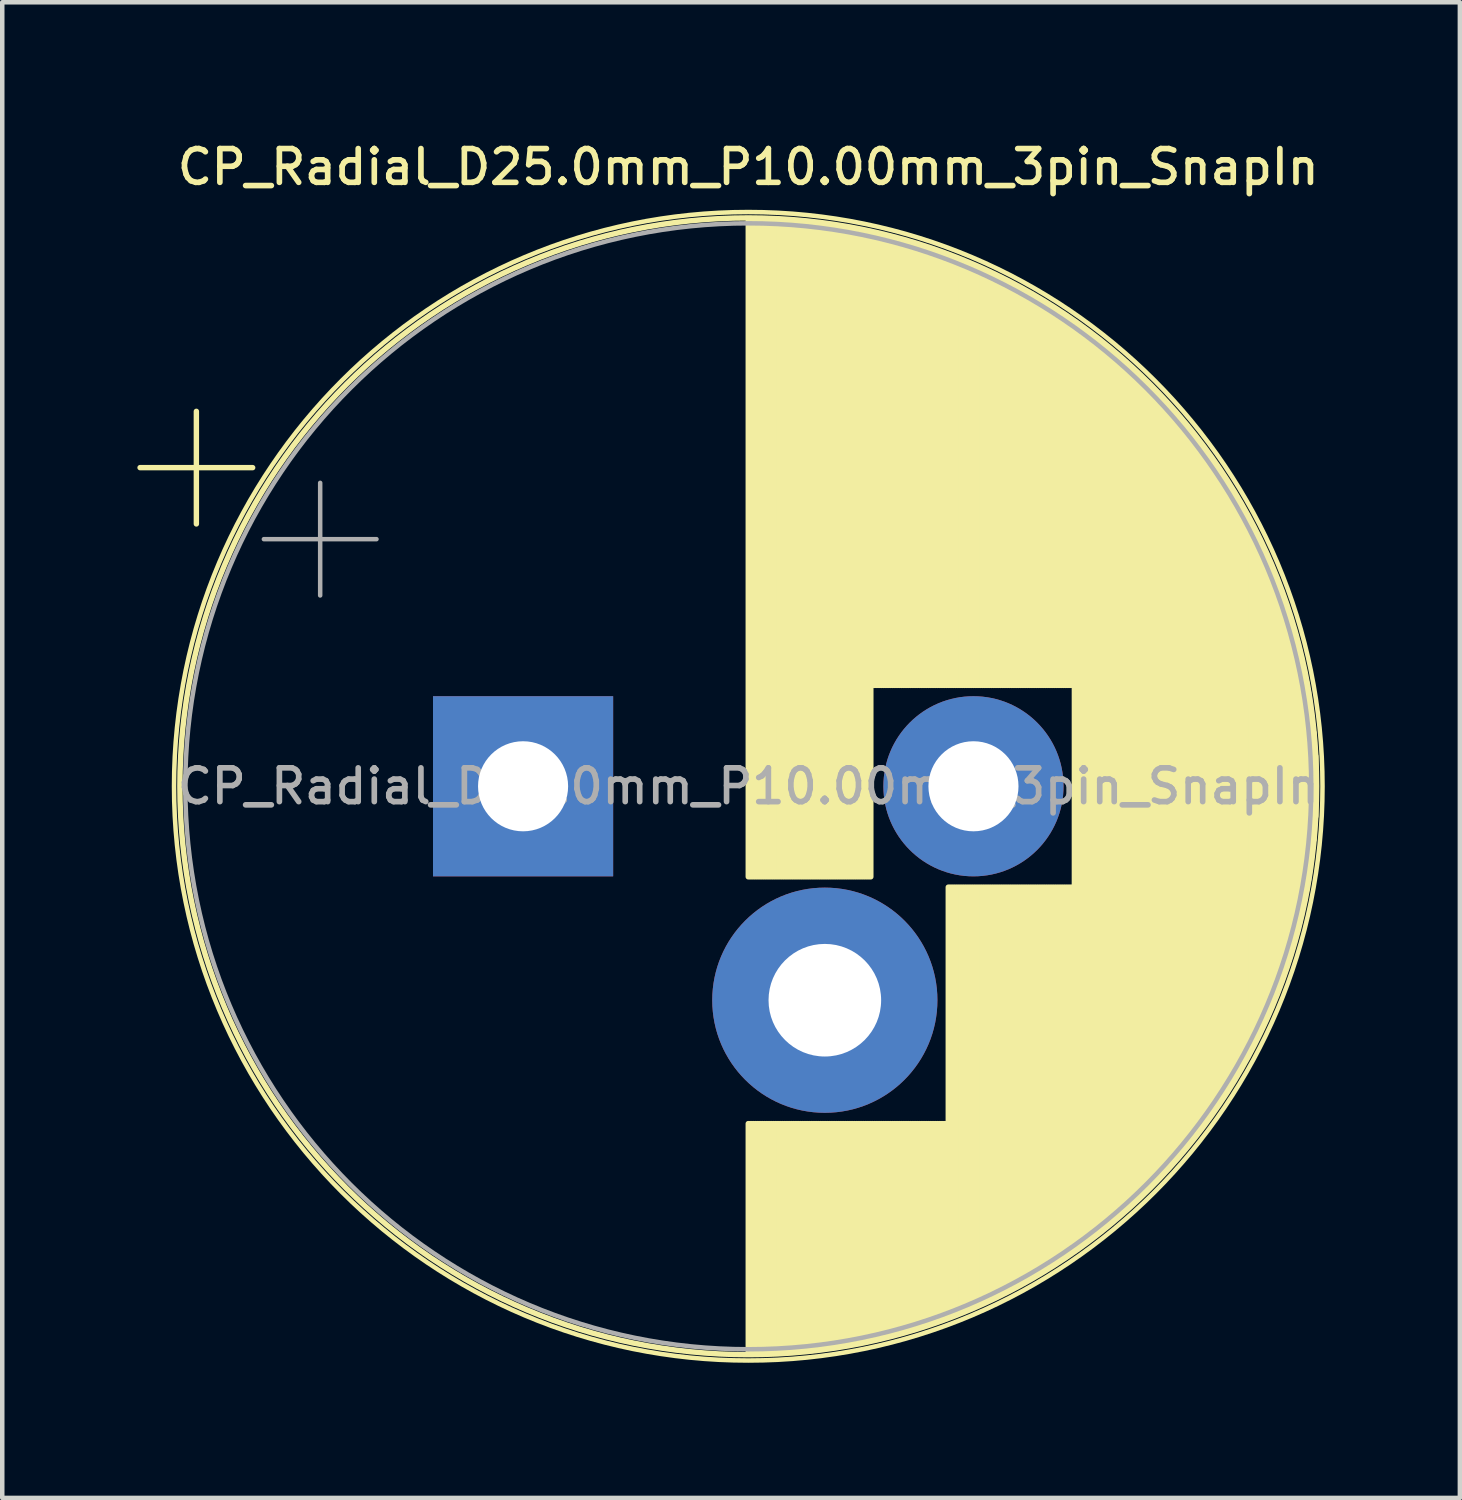
<source format=kicad_pcb>
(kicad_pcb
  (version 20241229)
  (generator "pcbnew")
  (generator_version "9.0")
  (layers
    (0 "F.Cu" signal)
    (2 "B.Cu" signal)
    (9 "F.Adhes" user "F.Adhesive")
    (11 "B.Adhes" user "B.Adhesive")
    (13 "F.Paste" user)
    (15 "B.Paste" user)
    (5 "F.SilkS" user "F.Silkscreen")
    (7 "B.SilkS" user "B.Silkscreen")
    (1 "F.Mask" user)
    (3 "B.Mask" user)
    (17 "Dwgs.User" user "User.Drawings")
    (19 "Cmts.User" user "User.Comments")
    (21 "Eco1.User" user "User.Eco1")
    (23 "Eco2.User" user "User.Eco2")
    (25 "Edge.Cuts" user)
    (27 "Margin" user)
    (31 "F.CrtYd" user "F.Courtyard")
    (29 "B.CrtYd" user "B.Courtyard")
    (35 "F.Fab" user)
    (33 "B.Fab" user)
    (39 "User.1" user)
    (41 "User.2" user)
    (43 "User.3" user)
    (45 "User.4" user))
  (footprint "CP_Radial_D25.0mm_P10.00mm_3pin_SnapIn"
    (layer "F.Cu")
    (at 8.564 14.408)
    (property "Reference" "CP_Radial_D25.0mm_P10.00mm_3pin_SnapIn" (at 5 -13.75 0) (layer "F.SilkS") (effects (font (size 0.75 0.75) (thickness 0.125))))
    (attr through_hole)
    (fp_line (start -8.504 -7.075) (end -6.004 -7.075) (stroke (width 0.12) (type solid)) (layer "F.SilkS"))
    (fp_line (start -7.254 -8.325) (end -7.254 -5.825) (stroke (width 0.12) (type solid)) (layer "F.SilkS"))
    (fp_line (start 5 -12.581) (end 5 2.01) (stroke (width 0.12) (type solid)) (layer "F.SilkS"))
    (fp_line (start 5 7.49) (end 5 12.581) (stroke (width 0.12) (type solid)) (layer "F.SilkS"))
    (fp_line (start 5.04 -12.58) (end 5.04 2.01) (stroke (width 0.12) (type solid)) (layer "F.SilkS"))
    (fp_line (start 5.04 7.49) (end 5.04 12.58) (stroke (width 0.12) (type solid)) (layer "F.SilkS"))
    (fp_line (start 5.08 -12.58) (end 5.08 2.01) (stroke (width 0.12) (type solid)) (layer "F.SilkS"))
    (fp_line (start 5.08 7.49) (end 5.08 12.58) (stroke (width 0.12) (type solid)) (layer "F.SilkS"))
    (fp_line (start 5.12 -12.58) (end 5.12 2.01) (stroke (width 0.12) (type solid)) (layer "F.SilkS"))
    (fp_line (start 5.12 7.49) (end 5.12 12.58) (stroke (width 0.12) (type solid)) (layer "F.SilkS"))
    (fp_line (start 5.16 -12.579) (end 5.16 2.01) (stroke (width 0.12) (type solid)) (layer "F.SilkS"))
    (fp_line (start 5.16 7.49) (end 5.16 12.579) (stroke (width 0.12) (type solid)) (layer "F.SilkS"))
    (fp_line (start 5.2 -12.579) (end 5.2 2.01) (stroke (width 0.12) (type solid)) (layer "F.SilkS"))
    (fp_line (start 5.2 7.49) (end 5.2 12.579) (stroke (width 0.12) (type solid)) (layer "F.SilkS"))
    (fp_line (start 5.24 -12.578) (end 5.24 2.01) (stroke (width 0.12) (type solid)) (layer "F.SilkS"))
    (fp_line (start 5.24 7.49) (end 5.24 12.578) (stroke (width 0.12) (type solid)) (layer "F.SilkS"))
    (fp_line (start 5.28 -12.577) (end 5.28 2.01) (stroke (width 0.12) (type solid)) (layer "F.SilkS"))
    (fp_line (start 5.28 7.49) (end 5.28 12.577) (stroke (width 0.12) (type solid)) (layer "F.SilkS"))
    (fp_line (start 5.32 -12.576) (end 5.32 2.01) (stroke (width 0.12) (type solid)) (layer "F.SilkS"))
    (fp_line (start 5.32 7.49) (end 5.32 12.576) (stroke (width 0.12) (type solid)) (layer "F.SilkS"))
    (fp_line (start 5.36 -12.575) (end 5.36 2.01) (stroke (width 0.12) (type solid)) (layer "F.SilkS"))
    (fp_line (start 5.36 7.49) (end 5.36 12.575) (stroke (width 0.12) (type solid)) (layer "F.SilkS"))
    (fp_line (start 5.4 -12.574) (end 5.4 2.01) (stroke (width 0.12) (type solid)) (layer "F.SilkS"))
    (fp_line (start 5.4 7.49) (end 5.4 12.574) (stroke (width 0.12) (type solid)) (layer "F.SilkS"))
    (fp_line (start 5.44 -12.573) (end 5.44 2.01) (stroke (width 0.12) (type solid)) (layer "F.SilkS"))
    (fp_line (start 5.44 7.49) (end 5.44 12.573) (stroke (width 0.12) (type solid)) (layer "F.SilkS"))
    (fp_line (start 5.48 -12.571) (end 5.48 2.01) (stroke (width 0.12) (type solid)) (layer "F.SilkS"))
    (fp_line (start 5.48 7.49) (end 5.48 12.571) (stroke (width 0.12) (type solid)) (layer "F.SilkS"))
    (fp_line (start 5.52 -12.57) (end 5.52 2.01) (stroke (width 0.12) (type solid)) (layer "F.SilkS"))
    (fp_line (start 5.52 7.49) (end 5.52 12.57) (stroke (width 0.12) (type solid)) (layer "F.SilkS"))
    (fp_line (start 5.56 -12.568) (end 5.56 2.01) (stroke (width 0.12) (type solid)) (layer "F.SilkS"))
    (fp_line (start 5.56 7.49) (end 5.56 12.568) (stroke (width 0.12) (type solid)) (layer "F.SilkS"))
    (fp_line (start 5.6 -12.566) (end 5.6 2.01) (stroke (width 0.12) (type solid)) (layer "F.SilkS"))
    (fp_line (start 5.6 7.49) (end 5.6 12.566) (stroke (width 0.12) (type solid)) (layer "F.SilkS"))
    (fp_line (start 5.64 -12.564) (end 5.64 2.01) (stroke (width 0.12) (type solid)) (layer "F.SilkS"))
    (fp_line (start 5.64 7.49) (end 5.64 12.564) (stroke (width 0.12) (type solid)) (layer "F.SilkS"))
    (fp_line (start 5.68 -12.562) (end 5.68 2.01) (stroke (width 0.12) (type solid)) (layer "F.SilkS"))
    (fp_line (start 5.68 7.49) (end 5.68 12.562) (stroke (width 0.12) (type solid)) (layer "F.SilkS"))
    (fp_line (start 5.721 -12.56) (end 5.721 2.01) (stroke (width 0.12) (type solid)) (layer "F.SilkS"))
    (fp_line (start 5.721 7.49) (end 5.721 12.56) (stroke (width 0.12) (type solid)) (layer "F.SilkS"))
    (fp_line (start 5.761 -12.558) (end 5.761 2.01) (stroke (width 0.12) (type solid)) (layer "F.SilkS"))
    (fp_line (start 5.761 7.49) (end 5.761 12.558) (stroke (width 0.12) (type solid)) (layer "F.SilkS"))
    (fp_line (start 5.801 -12.555) (end 5.801 2.01) (stroke (width 0.12) (type solid)) (layer "F.SilkS"))
    (fp_line (start 5.801 7.49) (end 5.801 12.555) (stroke (width 0.12) (type solid)) (layer "F.SilkS"))
    (fp_line (start 5.841 -12.553) (end 5.841 2.01) (stroke (width 0.12) (type solid)) (layer "F.SilkS"))
    (fp_line (start 5.841 7.49) (end 5.841 12.553) (stroke (width 0.12) (type solid)) (layer "F.SilkS"))
    (fp_line (start 5.881 -12.55) (end 5.881 2.01) (stroke (width 0.12) (type solid)) (layer "F.SilkS"))
    (fp_line (start 5.881 7.49) (end 5.881 12.55) (stroke (width 0.12) (type solid)) (layer "F.SilkS"))
    (fp_line (start 5.921 -12.547) (end 5.921 2.01) (stroke (width 0.12) (type solid)) (layer "F.SilkS"))
    (fp_line (start 5.921 7.49) (end 5.921 12.547) (stroke (width 0.12) (type solid)) (layer "F.SilkS"))
    (fp_line (start 5.961 -12.544) (end 5.961 2.01) (stroke (width 0.12) (type solid)) (layer "F.SilkS"))
    (fp_line (start 5.961 7.49) (end 5.961 12.544) (stroke (width 0.12) (type solid)) (layer "F.SilkS"))
    (fp_line (start 6.001 -12.541) (end 6.001 2.01) (stroke (width 0.12) (type solid)) (layer "F.SilkS"))
    (fp_line (start 6.001 7.49) (end 6.001 12.541) (stroke (width 0.12) (type solid)) (layer "F.SilkS"))
    (fp_line (start 6.041 -12.538) (end 6.041 2.01) (stroke (width 0.12) (type solid)) (layer "F.SilkS"))
    (fp_line (start 6.041 7.49) (end 6.041 12.538) (stroke (width 0.12) (type solid)) (layer "F.SilkS"))
    (fp_line (start 6.081 -12.534) (end 6.081 2.01) (stroke (width 0.12) (type solid)) (layer "F.SilkS"))
    (fp_line (start 6.081 7.49) (end 6.081 12.534) (stroke (width 0.12) (type solid)) (layer "F.SilkS"))
    (fp_line (start 6.121 -12.531) (end 6.121 2.01) (stroke (width 0.12) (type solid)) (layer "F.SilkS"))
    (fp_line (start 6.121 7.49) (end 6.121 12.531) (stroke (width 0.12) (type solid)) (layer "F.SilkS"))
    (fp_line (start 6.161 -12.527) (end 6.161 2.01) (stroke (width 0.12) (type solid)) (layer "F.SilkS"))
    (fp_line (start 6.161 7.49) (end 6.161 12.527) (stroke (width 0.12) (type solid)) (layer "F.SilkS"))
    (fp_line (start 6.201 -12.523) (end 6.201 2.01) (stroke (width 0.12) (type solid)) (layer "F.SilkS"))
    (fp_line (start 6.201 7.49) (end 6.201 12.523) (stroke (width 0.12) (type solid)) (layer "F.SilkS"))
    (fp_line (start 6.241 -12.519) (end 6.241 2.01) (stroke (width 0.12) (type solid)) (layer "F.SilkS"))
    (fp_line (start 6.241 7.49) (end 6.241 12.519) (stroke (width 0.12) (type solid)) (layer "F.SilkS"))
    (fp_line (start 6.281 -12.515) (end 6.281 2.01) (stroke (width 0.12) (type solid)) (layer "F.SilkS"))
    (fp_line (start 6.281 7.49) (end 6.281 12.515) (stroke (width 0.12) (type solid)) (layer "F.SilkS"))
    (fp_line (start 6.321 -12.511) (end 6.321 2.01) (stroke (width 0.12) (type solid)) (layer "F.SilkS"))
    (fp_line (start 6.321 7.49) (end 6.321 12.511) (stroke (width 0.12) (type solid)) (layer "F.SilkS"))
    (fp_line (start 6.361 -12.507) (end 6.361 2.01) (stroke (width 0.12) (type solid)) (layer "F.SilkS"))
    (fp_line (start 6.361 7.49) (end 6.361 12.507) (stroke (width 0.12) (type solid)) (layer "F.SilkS"))
    (fp_line (start 6.401 -12.503) (end 6.401 2.01) (stroke (width 0.12) (type solid)) (layer "F.SilkS"))
    (fp_line (start 6.401 7.49) (end 6.401 12.503) (stroke (width 0.12) (type solid)) (layer "F.SilkS"))
    (fp_line (start 6.441 -12.498) (end 6.441 2.01) (stroke (width 0.12) (type solid)) (layer "F.SilkS"))
    (fp_line (start 6.441 7.49) (end 6.441 12.498) (stroke (width 0.12) (type solid)) (layer "F.SilkS"))
    (fp_line (start 6.481 -12.493) (end 6.481 2.01) (stroke (width 0.12) (type solid)) (layer "F.SilkS"))
    (fp_line (start 6.481 7.49) (end 6.481 12.493) (stroke (width 0.12) (type solid)) (layer "F.SilkS"))
    (fp_line (start 6.521 -12.489) (end 6.521 2.01) (stroke (width 0.12) (type solid)) (layer "F.SilkS"))
    (fp_line (start 6.521 7.49) (end 6.521 12.489) (stroke (width 0.12) (type solid)) (layer "F.SilkS"))
    (fp_line (start 6.561 -12.484) (end 6.561 2.01) (stroke (width 0.12) (type solid)) (layer "F.SilkS"))
    (fp_line (start 6.561 7.49) (end 6.561 12.484) (stroke (width 0.12) (type solid)) (layer "F.SilkS"))
    (fp_line (start 6.601 -12.479) (end 6.601 2.01) (stroke (width 0.12) (type solid)) (layer "F.SilkS"))
    (fp_line (start 6.601 7.49) (end 6.601 12.479) (stroke (width 0.12) (type solid)) (layer "F.SilkS"))
    (fp_line (start 6.641 -12.473) (end 6.641 2.01) (stroke (width 0.12) (type solid)) (layer "F.SilkS"))
    (fp_line (start 6.641 7.49) (end 6.641 12.473) (stroke (width 0.12) (type solid)) (layer "F.SilkS"))
    (fp_line (start 6.681 -12.468) (end 6.681 2.01) (stroke (width 0.12) (type solid)) (layer "F.SilkS"))
    (fp_line (start 6.681 7.49) (end 6.681 12.468) (stroke (width 0.12) (type solid)) (layer "F.SilkS"))
    (fp_line (start 6.721 -12.463) (end 6.721 2.01) (stroke (width 0.12) (type solid)) (layer "F.SilkS"))
    (fp_line (start 6.721 7.49) (end 6.721 12.463) (stroke (width 0.12) (type solid)) (layer "F.SilkS"))
    (fp_line (start 6.761 -12.457) (end 6.761 2.01) (stroke (width 0.12) (type solid)) (layer "F.SilkS"))
    (fp_line (start 6.761 7.49) (end 6.761 12.457) (stroke (width 0.12) (type solid)) (layer "F.SilkS"))
    (fp_line (start 6.801 -12.451) (end 6.801 2.01) (stroke (width 0.12) (type solid)) (layer "F.SilkS"))
    (fp_line (start 6.801 7.49) (end 6.801 12.451) (stroke (width 0.12) (type solid)) (layer "F.SilkS"))
    (fp_line (start 6.841 -12.446) (end 6.841 2.01) (stroke (width 0.12) (type solid)) (layer "F.SilkS"))
    (fp_line (start 6.841 7.49) (end 6.841 12.446) (stroke (width 0.12) (type solid)) (layer "F.SilkS"))
    (fp_line (start 6.881 -12.44) (end 6.881 2.01) (stroke (width 0.12) (type solid)) (layer "F.SilkS"))
    (fp_line (start 6.881 7.49) (end 6.881 12.44) (stroke (width 0.12) (type solid)) (layer "F.SilkS"))
    (fp_line (start 6.921 -12.434) (end 6.921 2.01) (stroke (width 0.12) (type solid)) (layer "F.SilkS"))
    (fp_line (start 6.921 7.49) (end 6.921 12.434) (stroke (width 0.12) (type solid)) (layer "F.SilkS"))
    (fp_line (start 6.961 -12.427) (end 6.961 2.01) (stroke (width 0.12) (type solid)) (layer "F.SilkS"))
    (fp_line (start 6.961 7.49) (end 6.961 12.427) (stroke (width 0.12) (type solid)) (layer "F.SilkS"))
    (fp_line (start 7.001 -12.421) (end 7.001 2.01) (stroke (width 0.12) (type solid)) (layer "F.SilkS"))
    (fp_line (start 7.001 7.49) (end 7.001 12.421) (stroke (width 0.12) (type solid)) (layer "F.SilkS"))
    (fp_line (start 7.041 -12.415) (end 7.041 2.01) (stroke (width 0.12) (type solid)) (layer "F.SilkS"))
    (fp_line (start 7.041 7.49) (end 7.041 12.415) (stroke (width 0.12) (type solid)) (layer "F.SilkS"))
    (fp_line (start 7.081 -12.408) (end 7.081 2.01) (stroke (width 0.12) (type solid)) (layer "F.SilkS"))
    (fp_line (start 7.081 7.49) (end 7.081 12.408) (stroke (width 0.12) (type solid)) (layer "F.SilkS"))
    (fp_line (start 7.121 -12.401) (end 7.121 2.01) (stroke (width 0.12) (type solid)) (layer "F.SilkS"))
    (fp_line (start 7.121 7.49) (end 7.121 12.401) (stroke (width 0.12) (type solid)) (layer "F.SilkS"))
    (fp_line (start 7.161 -12.394) (end 7.161 2.01) (stroke (width 0.12) (type solid)) (layer "F.SilkS"))
    (fp_line (start 7.161 7.49) (end 7.161 12.394) (stroke (width 0.12) (type solid)) (layer "F.SilkS"))
    (fp_line (start 7.201 -12.387) (end 7.201 2.01) (stroke (width 0.12) (type solid)) (layer "F.SilkS"))
    (fp_line (start 7.201 7.49) (end 7.201 12.387) (stroke (width 0.12) (type solid)) (layer "F.SilkS"))
    (fp_line (start 7.241 -12.38) (end 7.241 2.01) (stroke (width 0.12) (type solid)) (layer "F.SilkS"))
    (fp_line (start 7.241 7.49) (end 7.241 12.38) (stroke (width 0.12) (type solid)) (layer "F.SilkS"))
    (fp_line (start 7.281 -12.373) (end 7.281 2.01) (stroke (width 0.12) (type solid)) (layer "F.SilkS"))
    (fp_line (start 7.281 7.49) (end 7.281 12.373) (stroke (width 0.12) (type solid)) (layer "F.SilkS"))
    (fp_line (start 7.321 -12.365) (end 7.321 2.01) (stroke (width 0.12) (type solid)) (layer "F.SilkS"))
    (fp_line (start 7.321 7.49) (end 7.321 12.365) (stroke (width 0.12) (type solid)) (layer "F.SilkS"))
    (fp_line (start 7.361 -12.358) (end 7.361 2.01) (stroke (width 0.12) (type solid)) (layer "F.SilkS"))
    (fp_line (start 7.361 7.49) (end 7.361 12.358) (stroke (width 0.12) (type solid)) (layer "F.SilkS"))
    (fp_line (start 7.401 -12.35) (end 7.401 2.01) (stroke (width 0.12) (type solid)) (layer "F.SilkS"))
    (fp_line (start 7.401 7.49) (end 7.401 12.35) (stroke (width 0.12) (type solid)) (layer "F.SilkS"))
    (fp_line (start 7.441 -12.342) (end 7.441 2.01) (stroke (width 0.12) (type solid)) (layer "F.SilkS"))
    (fp_line (start 7.441 7.49) (end 7.441 12.342) (stroke (width 0.12) (type solid)) (layer "F.SilkS"))
    (fp_line (start 7.481 -12.334) (end 7.481 2.01) (stroke (width 0.12) (type solid)) (layer "F.SilkS"))
    (fp_line (start 7.481 7.49) (end 7.481 12.334) (stroke (width 0.12) (type solid)) (layer "F.SilkS"))
    (fp_line (start 7.521 -12.326) (end 7.521 2.01) (stroke (width 0.12) (type solid)) (layer "F.SilkS"))
    (fp_line (start 7.521 7.49) (end 7.521 12.326) (stroke (width 0.12) (type solid)) (layer "F.SilkS"))
    (fp_line (start 7.561 -12.318) (end 7.561 2.01) (stroke (width 0.12) (type solid)) (layer "F.SilkS"))
    (fp_line (start 7.561 7.49) (end 7.561 12.318) (stroke (width 0.12) (type solid)) (layer "F.SilkS"))
    (fp_line (start 7.601 -12.31) (end 7.601 2.01) (stroke (width 0.12) (type solid)) (layer "F.SilkS"))
    (fp_line (start 7.601 7.49) (end 7.601 12.31) (stroke (width 0.12) (type solid)) (layer "F.SilkS"))
    (fp_line (start 7.641 -12.301) (end 7.641 2.01) (stroke (width 0.12) (type solid)) (layer "F.SilkS"))
    (fp_line (start 7.641 7.49) (end 7.641 12.301) (stroke (width 0.12) (type solid)) (layer "F.SilkS"))
    (fp_line (start 7.681 -12.293) (end 7.681 2.01) (stroke (width 0.12) (type solid)) (layer "F.SilkS"))
    (fp_line (start 7.681 7.49) (end 7.681 12.293) (stroke (width 0.12) (type solid)) (layer "F.SilkS"))
    (fp_line (start 7.721 -12.284) (end 7.721 2.01) (stroke (width 0.12) (type solid)) (layer "F.SilkS"))
    (fp_line (start 7.721 7.49) (end 7.721 12.284) (stroke (width 0.12) (type solid)) (layer "F.SilkS"))
    (fp_line (start 7.761 -12.275) (end 7.761 -2.24) (stroke (width 0.12) (type solid)) (layer "F.SilkS"))
    (fp_line (start 7.761 7.49) (end 7.761 12.275) (stroke (width 0.12) (type solid)) (layer "F.SilkS"))
    (fp_line (start 7.801 -12.266) (end 7.801 -2.24) (stroke (width 0.12) (type solid)) (layer "F.SilkS"))
    (fp_line (start 7.801 7.49) (end 7.801 12.266) (stroke (width 0.12) (type solid)) (layer "F.SilkS"))
    (fp_line (start 7.841 -12.257) (end 7.841 -2.24) (stroke (width 0.12) (type solid)) (layer "F.SilkS"))
    (fp_line (start 7.841 7.49) (end 7.841 12.257) (stroke (width 0.12) (type solid)) (layer "F.SilkS"))
    (fp_line (start 7.881 -12.247) (end 7.881 -2.24) (stroke (width 0.12) (type solid)) (layer "F.SilkS"))
    (fp_line (start 7.881 7.49) (end 7.881 12.247) (stroke (width 0.12) (type solid)) (layer "F.SilkS"))
    (fp_line (start 7.921 -12.238) (end 7.921 -2.24) (stroke (width 0.12) (type solid)) (layer "F.SilkS"))
    (fp_line (start 7.921 7.49) (end 7.921 12.238) (stroke (width 0.12) (type solid)) (layer "F.SilkS"))
    (fp_line (start 7.961 -12.228) (end 7.961 -2.24) (stroke (width 0.12) (type solid)) (layer "F.SilkS"))
    (fp_line (start 7.961 7.49) (end 7.961 12.228) (stroke (width 0.12) (type solid)) (layer "F.SilkS"))
    (fp_line (start 8.001 -12.219) (end 8.001 -2.24) (stroke (width 0.12) (type solid)) (layer "F.SilkS"))
    (fp_line (start 8.001 7.49) (end 8.001 12.219) (stroke (width 0.12) (type solid)) (layer "F.SilkS"))
    (fp_line (start 8.041 -12.209) (end 8.041 -2.24) (stroke (width 0.12) (type solid)) (layer "F.SilkS"))
    (fp_line (start 8.041 7.49) (end 8.041 12.209) (stroke (width 0.12) (type solid)) (layer "F.SilkS"))
    (fp_line (start 8.081 -12.199) (end 8.081 -2.24) (stroke (width 0.12) (type solid)) (layer "F.SilkS"))
    (fp_line (start 8.081 7.49) (end 8.081 12.199) (stroke (width 0.12) (type solid)) (layer "F.SilkS"))
    (fp_line (start 8.121 -12.189) (end 8.121 -2.24) (stroke (width 0.12) (type solid)) (layer "F.SilkS"))
    (fp_line (start 8.121 7.49) (end 8.121 12.189) (stroke (width 0.12) (type solid)) (layer "F.SilkS"))
    (fp_line (start 8.161 -12.178) (end 8.161 -2.24) (stroke (width 0.12) (type solid)) (layer "F.SilkS"))
    (fp_line (start 8.161 7.49) (end 8.161 12.178) (stroke (width 0.12) (type solid)) (layer "F.SilkS"))
    (fp_line (start 8.201 -12.168) (end 8.201 -2.24) (stroke (width 0.12) (type solid)) (layer "F.SilkS"))
    (fp_line (start 8.201 7.49) (end 8.201 12.168) (stroke (width 0.12) (type solid)) (layer "F.SilkS"))
    (fp_line (start 8.241 -12.157) (end 8.241 -2.24) (stroke (width 0.12) (type solid)) (layer "F.SilkS"))
    (fp_line (start 8.241 7.49) (end 8.241 12.157) (stroke (width 0.12) (type solid)) (layer "F.SilkS"))
    (fp_line (start 8.281 -12.147) (end 8.281 -2.24) (stroke (width 0.12) (type solid)) (layer "F.SilkS"))
    (fp_line (start 8.281 7.49) (end 8.281 12.147) (stroke (width 0.12) (type solid)) (layer "F.SilkS"))
    (fp_line (start 8.321 -12.136) (end 8.321 -2.24) (stroke (width 0.12) (type solid)) (layer "F.SilkS"))
    (fp_line (start 8.321 7.49) (end 8.321 12.136) (stroke (width 0.12) (type solid)) (layer "F.SilkS"))
    (fp_line (start 8.361 -12.125) (end 8.361 -2.24) (stroke (width 0.12) (type solid)) (layer "F.SilkS"))
    (fp_line (start 8.361 7.49) (end 8.361 12.125) (stroke (width 0.12) (type solid)) (layer "F.SilkS"))
    (fp_line (start 8.401 -12.114) (end 8.401 -2.24) (stroke (width 0.12) (type solid)) (layer "F.SilkS"))
    (fp_line (start 8.401 7.49) (end 8.401 12.114) (stroke (width 0.12) (type solid)) (layer "F.SilkS"))
    (fp_line (start 8.441 -12.103) (end 8.441 -2.24) (stroke (width 0.12) (type solid)) (layer "F.SilkS"))
    (fp_line (start 8.441 7.49) (end 8.441 12.103) (stroke (width 0.12) (type solid)) (layer "F.SilkS"))
    (fp_line (start 8.481 -12.091) (end 8.481 -2.24) (stroke (width 0.12) (type solid)) (layer "F.SilkS"))
    (fp_line (start 8.481 7.49) (end 8.481 12.091) (stroke (width 0.12) (type solid)) (layer "F.SilkS"))
    (fp_line (start 8.521 -12.08) (end 8.521 -2.24) (stroke (width 0.12) (type solid)) (layer "F.SilkS"))
    (fp_line (start 8.521 7.49) (end 8.521 12.08) (stroke (width 0.12) (type solid)) (layer "F.SilkS"))
    (fp_line (start 8.561 -12.068) (end 8.561 -2.24) (stroke (width 0.12) (type solid)) (layer "F.SilkS"))
    (fp_line (start 8.561 7.49) (end 8.561 12.068) (stroke (width 0.12) (type solid)) (layer "F.SilkS"))
    (fp_line (start 8.601 -12.056) (end 8.601 -2.24) (stroke (width 0.12) (type solid)) (layer "F.SilkS"))
    (fp_line (start 8.601 7.49) (end 8.601 12.056) (stroke (width 0.12) (type solid)) (layer "F.SilkS"))
    (fp_line (start 8.641 -12.044) (end 8.641 -2.24) (stroke (width 0.12) (type solid)) (layer "F.SilkS"))
    (fp_line (start 8.641 7.49) (end 8.641 12.044) (stroke (width 0.12) (type solid)) (layer "F.SilkS"))
    (fp_line (start 8.681 -12.032) (end 8.681 -2.24) (stroke (width 0.12) (type solid)) (layer "F.SilkS"))
    (fp_line (start 8.681 7.49) (end 8.681 12.032) (stroke (width 0.12) (type solid)) (layer "F.SilkS"))
    (fp_line (start 8.721 -12.02) (end 8.721 -2.24) (stroke (width 0.12) (type solid)) (layer "F.SilkS"))
    (fp_line (start 8.721 7.49) (end 8.721 12.02) (stroke (width 0.12) (type solid)) (layer "F.SilkS"))
    (fp_line (start 8.761 -12.007) (end 8.761 -2.24) (stroke (width 0.12) (type solid)) (layer "F.SilkS"))
    (fp_line (start 8.761 7.49) (end 8.761 12.007) (stroke (width 0.12) (type solid)) (layer "F.SilkS"))
    (fp_line (start 8.801 -11.995) (end 8.801 -2.24) (stroke (width 0.12) (type solid)) (layer "F.SilkS"))
    (fp_line (start 8.801 7.49) (end 8.801 11.995) (stroke (width 0.12) (type solid)) (layer "F.SilkS"))
    (fp_line (start 8.841 -11.982) (end 8.841 -2.24) (stroke (width 0.12) (type solid)) (layer "F.SilkS"))
    (fp_line (start 8.841 7.49) (end 8.841 11.982) (stroke (width 0.12) (type solid)) (layer "F.SilkS"))
    (fp_line (start 8.881 -11.969) (end 8.881 -2.24) (stroke (width 0.12) (type solid)) (layer "F.SilkS"))
    (fp_line (start 8.881 7.49) (end 8.881 11.969) (stroke (width 0.12) (type solid)) (layer "F.SilkS"))
    (fp_line (start 8.921 -11.956) (end 8.921 -2.24) (stroke (width 0.12) (type solid)) (layer "F.SilkS"))
    (fp_line (start 8.921 7.49) (end 8.921 11.956) (stroke (width 0.12) (type solid)) (layer "F.SilkS"))
    (fp_line (start 8.961 -11.943) (end 8.961 -2.24) (stroke (width 0.12) (type solid)) (layer "F.SilkS"))
    (fp_line (start 8.961 7.49) (end 8.961 11.943) (stroke (width 0.12) (type solid)) (layer "F.SilkS"))
    (fp_line (start 9.001 -11.93) (end 9.001 -2.24) (stroke (width 0.12) (type solid)) (layer "F.SilkS"))
    (fp_line (start 9.001 7.49) (end 9.001 11.93) (stroke (width 0.12) (type solid)) (layer "F.SilkS"))
    (fp_line (start 9.041 -11.916) (end 9.041 -2.24) (stroke (width 0.12) (type solid)) (layer "F.SilkS"))
    (fp_line (start 9.041 7.49) (end 9.041 11.916) (stroke (width 0.12) (type solid)) (layer "F.SilkS"))
    (fp_line (start 9.081 -11.903) (end 9.081 -2.24) (stroke (width 0.12) (type solid)) (layer "F.SilkS"))
    (fp_line (start 9.081 7.49) (end 9.081 11.903) (stroke (width 0.12) (type solid)) (layer "F.SilkS"))
    (fp_line (start 9.121 -11.889) (end 9.121 -2.24) (stroke (width 0.12) (type solid)) (layer "F.SilkS"))
    (fp_line (start 9.121 7.49) (end 9.121 11.889) (stroke (width 0.12) (type solid)) (layer "F.SilkS"))
    (fp_line (start 9.161 -11.875) (end 9.161 -2.24) (stroke (width 0.12) (type solid)) (layer "F.SilkS"))
    (fp_line (start 9.161 7.49) (end 9.161 11.875) (stroke (width 0.12) (type solid)) (layer "F.SilkS"))
    (fp_line (start 9.201 -11.861) (end 9.201 -2.24) (stroke (width 0.12) (type solid)) (layer "F.SilkS"))
    (fp_line (start 9.201 7.49) (end 9.201 11.861) (stroke (width 0.12) (type solid)) (layer "F.SilkS"))
    (fp_line (start 9.241 -11.847) (end 9.241 -2.24) (stroke (width 0.12) (type solid)) (layer "F.SilkS"))
    (fp_line (start 9.241 7.49) (end 9.241 11.847) (stroke (width 0.12) (type solid)) (layer "F.SilkS"))
    (fp_line (start 9.281 -11.833) (end 9.281 -2.24) (stroke (width 0.12) (type solid)) (layer "F.SilkS"))
    (fp_line (start 9.281 7.49) (end 9.281 11.833) (stroke (width 0.12) (type solid)) (layer "F.SilkS"))
    (fp_line (start 9.321 -11.818) (end 9.321 -2.24) (stroke (width 0.12) (type solid)) (layer "F.SilkS"))
    (fp_line (start 9.321 7.49) (end 9.321 11.818) (stroke (width 0.12) (type solid)) (layer "F.SilkS"))
    (fp_line (start 9.361 -11.803) (end 9.361 -2.24) (stroke (width 0.12) (type solid)) (layer "F.SilkS"))
    (fp_line (start 9.361 7.49) (end 9.361 11.803) (stroke (width 0.12) (type solid)) (layer "F.SilkS"))
    (fp_line (start 9.401 -11.789) (end 9.401 -2.24) (stroke (width 0.12) (type solid)) (layer "F.SilkS"))
    (fp_line (start 9.401 7.49) (end 9.401 11.789) (stroke (width 0.12) (type solid)) (layer "F.SilkS"))
    (fp_line (start 9.441 -11.774) (end 9.441 -2.24) (stroke (width 0.12) (type solid)) (layer "F.SilkS"))
    (fp_line (start 9.441 2.24) (end 9.441 11.774) (stroke (width 0.12) (type solid)) (layer "F.SilkS"))
    (fp_line (start 9.481 -11.759) (end 9.481 -2.24) (stroke (width 0.12) (type solid)) (layer "F.SilkS"))
    (fp_line (start 9.481 2.24) (end 9.481 11.759) (stroke (width 0.12) (type solid)) (layer "F.SilkS"))
    (fp_line (start 9.521 -11.743) (end 9.521 -2.24) (stroke (width 0.12) (type solid)) (layer "F.SilkS"))
    (fp_line (start 9.521 2.24) (end 9.521 11.743) (stroke (width 0.12) (type solid)) (layer "F.SilkS"))
    (fp_line (start 9.561 -11.728) (end 9.561 -2.24) (stroke (width 0.12) (type solid)) (layer "F.SilkS"))
    (fp_line (start 9.561 2.24) (end 9.561 11.728) (stroke (width 0.12) (type solid)) (layer "F.SilkS"))
    (fp_line (start 9.601 -11.712) (end 9.601 -2.24) (stroke (width 0.12) (type solid)) (layer "F.SilkS"))
    (fp_line (start 9.601 2.24) (end 9.601 11.712) (stroke (width 0.12) (type solid)) (layer "F.SilkS"))
    (fp_line (start 9.641 -11.697) (end 9.641 -2.24) (stroke (width 0.12) (type solid)) (layer "F.SilkS"))
    (fp_line (start 9.641 2.24) (end 9.641 11.697) (stroke (width 0.12) (type solid)) (layer "F.SilkS"))
    (fp_line (start 9.681 -11.681) (end 9.681 -2.24) (stroke (width 0.12) (type solid)) (layer "F.SilkS"))
    (fp_line (start 9.681 2.24) (end 9.681 11.681) (stroke (width 0.12) (type solid)) (layer "F.SilkS"))
    (fp_line (start 9.721 -11.665) (end 9.721 -2.24) (stroke (width 0.12) (type solid)) (layer "F.SilkS"))
    (fp_line (start 9.721 2.24) (end 9.721 11.665) (stroke (width 0.12) (type solid)) (layer "F.SilkS"))
    (fp_line (start 9.761 -11.648) (end 9.761 -2.24) (stroke (width 0.12) (type solid)) (layer "F.SilkS"))
    (fp_line (start 9.761 2.24) (end 9.761 11.648) (stroke (width 0.12) (type solid)) (layer "F.SilkS"))
    (fp_line (start 9.801 -11.632) (end 9.801 -2.24) (stroke (width 0.12) (type solid)) (layer "F.SilkS"))
    (fp_line (start 9.801 2.24) (end 9.801 11.632) (stroke (width 0.12) (type solid)) (layer "F.SilkS"))
    (fp_line (start 9.841 -11.615) (end 9.841 -2.24) (stroke (width 0.12) (type solid)) (layer "F.SilkS"))
    (fp_line (start 9.841 2.24) (end 9.841 11.615) (stroke (width 0.12) (type solid)) (layer "F.SilkS"))
    (fp_line (start 9.881 -11.599) (end 9.881 -2.24) (stroke (width 0.12) (type solid)) (layer "F.SilkS"))
    (fp_line (start 9.881 2.24) (end 9.881 11.599) (stroke (width 0.12) (type solid)) (layer "F.SilkS"))
    (fp_line (start 9.921 -11.582) (end 9.921 -2.24) (stroke (width 0.12) (type solid)) (layer "F.SilkS"))
    (fp_line (start 9.921 2.24) (end 9.921 11.582) (stroke (width 0.12) (type solid)) (layer "F.SilkS"))
    (fp_line (start 9.961 -11.565) (end 9.961 -2.24) (stroke (width 0.12) (type solid)) (layer "F.SilkS"))
    (fp_line (start 9.961 2.24) (end 9.961 11.565) (stroke (width 0.12) (type solid)) (layer "F.SilkS"))
    (fp_line (start 10.001 -11.548) (end 10.001 -2.24) (stroke (width 0.12) (type solid)) (layer "F.SilkS"))
    (fp_line (start 10.001 2.24) (end 10.001 11.548) (stroke (width 0.12) (type solid)) (layer "F.SilkS"))
    (fp_line (start 10.041 -11.53) (end 10.041 -2.24) (stroke (width 0.12) (type solid)) (layer "F.SilkS"))
    (fp_line (start 10.041 2.24) (end 10.041 11.53) (stroke (width 0.12) (type solid)) (layer "F.SilkS"))
    (fp_line (start 10.081 -11.513) (end 10.081 -2.24) (stroke (width 0.12) (type solid)) (layer "F.SilkS"))
    (fp_line (start 10.081 2.24) (end 10.081 11.513) (stroke (width 0.12) (type solid)) (layer "F.SilkS"))
    (fp_line (start 10.121 -11.495) (end 10.121 -2.24) (stroke (width 0.12) (type solid)) (layer "F.SilkS"))
    (fp_line (start 10.121 2.24) (end 10.121 11.495) (stroke (width 0.12) (type solid)) (layer "F.SilkS"))
    (fp_line (start 10.161 -11.477) (end 10.161 -2.24) (stroke (width 0.12) (type solid)) (layer "F.SilkS"))
    (fp_line (start 10.161 2.24) (end 10.161 11.477) (stroke (width 0.12) (type solid)) (layer "F.SilkS"))
    (fp_line (start 10.201 -11.459) (end 10.201 -2.24) (stroke (width 0.12) (type solid)) (layer "F.SilkS"))
    (fp_line (start 10.201 2.24) (end 10.201 11.459) (stroke (width 0.12) (type solid)) (layer "F.SilkS"))
    (fp_line (start 10.241 -11.441) (end 10.241 -2.24) (stroke (width 0.12) (type solid)) (layer "F.SilkS"))
    (fp_line (start 10.241 2.24) (end 10.241 11.441) (stroke (width 0.12) (type solid)) (layer "F.SilkS"))
    (fp_line (start 10.281 -11.423) (end 10.281 -2.24) (stroke (width 0.12) (type solid)) (layer "F.SilkS"))
    (fp_line (start 10.281 2.24) (end 10.281 11.423) (stroke (width 0.12) (type solid)) (layer "F.SilkS"))
    (fp_line (start 10.321 -11.404) (end 10.321 -2.24) (stroke (width 0.12) (type solid)) (layer "F.SilkS"))
    (fp_line (start 10.321 2.24) (end 10.321 11.404) (stroke (width 0.12) (type solid)) (layer "F.SilkS"))
    (fp_line (start 10.361 -11.386) (end 10.361 -2.24) (stroke (width 0.12) (type solid)) (layer "F.SilkS"))
    (fp_line (start 10.361 2.24) (end 10.361 11.386) (stroke (width 0.12) (type solid)) (layer "F.SilkS"))
    (fp_line (start 10.401 -11.367) (end 10.401 -2.24) (stroke (width 0.12) (type solid)) (layer "F.SilkS"))
    (fp_line (start 10.401 2.24) (end 10.401 11.367) (stroke (width 0.12) (type solid)) (layer "F.SilkS"))
    (fp_line (start 10.441 -11.348) (end 10.441 -2.24) (stroke (width 0.12) (type solid)) (layer "F.SilkS"))
    (fp_line (start 10.441 2.24) (end 10.441 11.348) (stroke (width 0.12) (type solid)) (layer "F.SilkS"))
    (fp_line (start 10.481 -11.329) (end 10.481 -2.24) (stroke (width 0.12) (type solid)) (layer "F.SilkS"))
    (fp_line (start 10.481 2.24) (end 10.481 11.329) (stroke (width 0.12) (type solid)) (layer "F.SilkS"))
    (fp_line (start 10.521 -11.309) (end 10.521 -2.24) (stroke (width 0.12) (type solid)) (layer "F.SilkS"))
    (fp_line (start 10.521 2.24) (end 10.521 11.309) (stroke (width 0.12) (type solid)) (layer "F.SilkS"))
    (fp_line (start 10.561 -11.29) (end 10.561 -2.24) (stroke (width 0.12) (type solid)) (layer "F.SilkS"))
    (fp_line (start 10.561 2.24) (end 10.561 11.29) (stroke (width 0.12) (type solid)) (layer "F.SilkS"))
    (fp_line (start 10.601 -11.27) (end 10.601 -2.24) (stroke (width 0.12) (type solid)) (layer "F.SilkS"))
    (fp_line (start 10.601 2.24) (end 10.601 11.27) (stroke (width 0.12) (type solid)) (layer "F.SilkS"))
    (fp_line (start 10.641 -11.25) (end 10.641 -2.24) (stroke (width 0.12) (type solid)) (layer "F.SilkS"))
    (fp_line (start 10.641 2.24) (end 10.641 11.25) (stroke (width 0.12) (type solid)) (layer "F.SilkS"))
    (fp_line (start 10.681 -11.23) (end 10.681 -2.24) (stroke (width 0.12) (type solid)) (layer "F.SilkS"))
    (fp_line (start 10.681 2.24) (end 10.681 11.23) (stroke (width 0.12) (type solid)) (layer "F.SilkS"))
    (fp_line (start 10.721 -11.21) (end 10.721 -2.24) (stroke (width 0.12) (type solid)) (layer "F.SilkS"))
    (fp_line (start 10.721 2.24) (end 10.721 11.21) (stroke (width 0.12) (type solid)) (layer "F.SilkS"))
    (fp_line (start 10.761 -11.189) (end 10.761 -2.24) (stroke (width 0.12) (type solid)) (layer "F.SilkS"))
    (fp_line (start 10.761 2.24) (end 10.761 11.189) (stroke (width 0.12) (type solid)) (layer "F.SilkS"))
    (fp_line (start 10.801 -11.169) (end 10.801 -2.24) (stroke (width 0.12) (type solid)) (layer "F.SilkS"))
    (fp_line (start 10.801 2.24) (end 10.801 11.169) (stroke (width 0.12) (type solid)) (layer "F.SilkS"))
    (fp_line (start 10.841 -11.148) (end 10.841 -2.24) (stroke (width 0.12) (type solid)) (layer "F.SilkS"))
    (fp_line (start 10.841 2.24) (end 10.841 11.148) (stroke (width 0.12) (type solid)) (layer "F.SilkS"))
    (fp_line (start 10.881 -11.127) (end 10.881 -2.24) (stroke (width 0.12) (type solid)) (layer "F.SilkS"))
    (fp_line (start 10.881 2.24) (end 10.881 11.127) (stroke (width 0.12) (type solid)) (layer "F.SilkS"))
    (fp_line (start 10.921 -11.106) (end 10.921 -2.24) (stroke (width 0.12) (type solid)) (layer "F.SilkS"))
    (fp_line (start 10.921 2.24) (end 10.921 11.106) (stroke (width 0.12) (type solid)) (layer "F.SilkS"))
    (fp_line (start 10.961 -11.084) (end 10.961 -2.24) (stroke (width 0.12) (type solid)) (layer "F.SilkS"))
    (fp_line (start 10.961 2.24) (end 10.961 11.084) (stroke (width 0.12) (type solid)) (layer "F.SilkS"))
    (fp_line (start 11.001 -11.063) (end 11.001 -2.24) (stroke (width 0.12) (type solid)) (layer "F.SilkS"))
    (fp_line (start 11.001 2.24) (end 11.001 11.063) (stroke (width 0.12) (type solid)) (layer "F.SilkS"))
    (fp_line (start 11.041 -11.041) (end 11.041 -2.24) (stroke (width 0.12) (type solid)) (layer "F.SilkS"))
    (fp_line (start 11.041 2.24) (end 11.041 11.041) (stroke (width 0.12) (type solid)) (layer "F.SilkS"))
    (fp_line (start 11.081 -11.019) (end 11.081 -2.24) (stroke (width 0.12) (type solid)) (layer "F.SilkS"))
    (fp_line (start 11.081 2.24) (end 11.081 11.019) (stroke (width 0.12) (type solid)) (layer "F.SilkS"))
    (fp_line (start 11.121 -10.997) (end 11.121 -2.24) (stroke (width 0.12) (type solid)) (layer "F.SilkS"))
    (fp_line (start 11.121 2.24) (end 11.121 10.997) (stroke (width 0.12) (type solid)) (layer "F.SilkS"))
    (fp_line (start 11.161 -10.975) (end 11.161 -2.24) (stroke (width 0.12) (type solid)) (layer "F.SilkS"))
    (fp_line (start 11.161 2.24) (end 11.161 10.975) (stroke (width 0.12) (type solid)) (layer "F.SilkS"))
    (fp_line (start 11.201 -10.953) (end 11.201 -2.24) (stroke (width 0.12) (type solid)) (layer "F.SilkS"))
    (fp_line (start 11.201 2.24) (end 11.201 10.953) (stroke (width 0.12) (type solid)) (layer "F.SilkS"))
    (fp_line (start 11.241 -10.93) (end 11.241 -2.24) (stroke (width 0.12) (type solid)) (layer "F.SilkS"))
    (fp_line (start 11.241 2.24) (end 11.241 10.93) (stroke (width 0.12) (type solid)) (layer "F.SilkS"))
    (fp_line (start 11.281 -10.907) (end 11.281 -2.24) (stroke (width 0.12) (type solid)) (layer "F.SilkS"))
    (fp_line (start 11.281 2.24) (end 11.281 10.907) (stroke (width 0.12) (type solid)) (layer "F.SilkS"))
    (fp_line (start 11.321 -10.884) (end 11.321 -2.24) (stroke (width 0.12) (type solid)) (layer "F.SilkS"))
    (fp_line (start 11.321 2.24) (end 11.321 10.884) (stroke (width 0.12) (type solid)) (layer "F.SilkS"))
    (fp_line (start 11.361 -10.861) (end 11.361 -2.24) (stroke (width 0.12) (type solid)) (layer "F.SilkS"))
    (fp_line (start 11.361 2.24) (end 11.361 10.861) (stroke (width 0.12) (type solid)) (layer "F.SilkS"))
    (fp_line (start 11.401 -10.837) (end 11.401 -2.24) (stroke (width 0.12) (type solid)) (layer "F.SilkS"))
    (fp_line (start 11.401 2.24) (end 11.401 10.837) (stroke (width 0.12) (type solid)) (layer "F.SilkS"))
    (fp_line (start 11.441 -10.814) (end 11.441 -2.24) (stroke (width 0.12) (type solid)) (layer "F.SilkS"))
    (fp_line (start 11.441 2.24) (end 11.441 10.814) (stroke (width 0.12) (type solid)) (layer "F.SilkS"))
    (fp_line (start 11.481 -10.79) (end 11.481 -2.24) (stroke (width 0.12) (type solid)) (layer "F.SilkS"))
    (fp_line (start 11.481 2.24) (end 11.481 10.79) (stroke (width 0.12) (type solid)) (layer "F.SilkS"))
    (fp_line (start 11.521 -10.766) (end 11.521 -2.24) (stroke (width 0.12) (type solid)) (layer "F.SilkS"))
    (fp_line (start 11.521 2.24) (end 11.521 10.766) (stroke (width 0.12) (type solid)) (layer "F.SilkS"))
    (fp_line (start 11.561 -10.742) (end 11.561 -2.24) (stroke (width 0.12) (type solid)) (layer "F.SilkS"))
    (fp_line (start 11.561 2.24) (end 11.561 10.742) (stroke (width 0.12) (type solid)) (layer "F.SilkS"))
    (fp_line (start 11.601 -10.717) (end 11.601 -2.24) (stroke (width 0.12) (type solid)) (layer "F.SilkS"))
    (fp_line (start 11.601 2.24) (end 11.601 10.717) (stroke (width 0.12) (type solid)) (layer "F.SilkS"))
    (fp_line (start 11.641 -10.692) (end 11.641 -2.24) (stroke (width 0.12) (type solid)) (layer "F.SilkS"))
    (fp_line (start 11.641 2.24) (end 11.641 10.692) (stroke (width 0.12) (type solid)) (layer "F.SilkS"))
    (fp_line (start 11.681 -10.668) (end 11.681 -2.24) (stroke (width 0.12) (type solid)) (layer "F.SilkS"))
    (fp_line (start 11.681 2.24) (end 11.681 10.668) (stroke (width 0.12) (type solid)) (layer "F.SilkS"))
    (fp_line (start 11.721 -10.643) (end 11.721 -2.24) (stroke (width 0.12) (type solid)) (layer "F.SilkS"))
    (fp_line (start 11.721 2.24) (end 11.721 10.643) (stroke (width 0.12) (type solid)) (layer "F.SilkS"))
    (fp_line (start 11.761 -10.617) (end 11.761 -2.24) (stroke (width 0.12) (type solid)) (layer "F.SilkS"))
    (fp_line (start 11.761 2.24) (end 11.761 10.617) (stroke (width 0.12) (type solid)) (layer "F.SilkS"))
    (fp_line (start 11.801 -10.592) (end 11.801 -2.24) (stroke (width 0.12) (type solid)) (layer "F.SilkS"))
    (fp_line (start 11.801 2.24) (end 11.801 10.592) (stroke (width 0.12) (type solid)) (layer "F.SilkS"))
    (fp_line (start 11.841 -10.566) (end 11.841 -2.24) (stroke (width 0.12) (type solid)) (layer "F.SilkS"))
    (fp_line (start 11.841 2.24) (end 11.841 10.566) (stroke (width 0.12) (type solid)) (layer "F.SilkS"))
    (fp_line (start 11.881 -10.54) (end 11.881 -2.24) (stroke (width 0.12) (type solid)) (layer "F.SilkS"))
    (fp_line (start 11.881 2.24) (end 11.881 10.54) (stroke (width 0.12) (type solid)) (layer "F.SilkS"))
    (fp_line (start 11.921 -10.514) (end 11.921 -2.24) (stroke (width 0.12) (type solid)) (layer "F.SilkS"))
    (fp_line (start 11.921 2.24) (end 11.921 10.514) (stroke (width 0.12) (type solid)) (layer "F.SilkS"))
    (fp_line (start 11.961 -10.488) (end 11.961 -2.24) (stroke (width 0.12) (type solid)) (layer "F.SilkS"))
    (fp_line (start 11.961 2.24) (end 11.961 10.488) (stroke (width 0.12) (type solid)) (layer "F.SilkS"))
    (fp_line (start 12.001 -10.461) (end 12.001 -2.24) (stroke (width 0.12) (type solid)) (layer "F.SilkS"))
    (fp_line (start 12.001 2.24) (end 12.001 10.461) (stroke (width 0.12) (type solid)) (layer "F.SilkS"))
    (fp_line (start 12.041 -10.434) (end 12.041 -2.24) (stroke (width 0.12) (type solid)) (layer "F.SilkS"))
    (fp_line (start 12.041 2.24) (end 12.041 10.434) (stroke (width 0.12) (type solid)) (layer "F.SilkS"))
    (fp_line (start 12.081 -10.407) (end 12.081 -2.24) (stroke (width 0.12) (type solid)) (layer "F.SilkS"))
    (fp_line (start 12.081 2.24) (end 12.081 10.407) (stroke (width 0.12) (type solid)) (layer "F.SilkS"))
    (fp_line (start 12.121 -10.38) (end 12.121 -2.24) (stroke (width 0.12) (type solid)) (layer "F.SilkS"))
    (fp_line (start 12.121 2.24) (end 12.121 10.38) (stroke (width 0.12) (type solid)) (layer "F.SilkS"))
    (fp_line (start 12.161 -10.353) (end 12.161 -2.24) (stroke (width 0.12) (type solid)) (layer "F.SilkS"))
    (fp_line (start 12.161 2.24) (end 12.161 10.353) (stroke (width 0.12) (type solid)) (layer "F.SilkS"))
    (fp_line (start 12.201 -10.325) (end 12.201 -2.24) (stroke (width 0.12) (type solid)) (layer "F.SilkS"))
    (fp_line (start 12.201 2.24) (end 12.201 10.325) (stroke (width 0.12) (type solid)) (layer "F.SilkS"))
    (fp_line (start 12.241 -10.297) (end 12.241 10.297) (stroke (width 0.12) (type solid)) (layer "F.SilkS"))
    (fp_line (start 12.281 -10.269) (end 12.281 10.269) (stroke (width 0.12) (type solid)) (layer "F.SilkS"))
    (fp_line (start 12.321 -10.241) (end 12.321 10.241) (stroke (width 0.12) (type solid)) (layer "F.SilkS"))
    (fp_line (start 12.361 -10.212) (end 12.361 10.212) (stroke (width 0.12) (type solid)) (layer "F.SilkS"))
    (fp_line (start 12.401 -10.183) (end 12.401 10.183) (stroke (width 0.12) (type solid)) (layer "F.SilkS"))
    (fp_line (start 12.441 -10.154) (end 12.441 10.154) (stroke (width 0.12) (type solid)) (layer "F.SilkS"))
    (fp_line (start 12.481 -10.125) (end 12.481 10.125) (stroke (width 0.12) (type solid)) (layer "F.SilkS"))
    (fp_line (start 12.521 -10.095) (end 12.521 10.095) (stroke (width 0.12) (type solid)) (layer "F.SilkS"))
    (fp_line (start 12.561 -10.065) (end 12.561 10.065) (stroke (width 0.12) (type solid)) (layer "F.SilkS"))
    (fp_line (start 12.601 -10.035) (end 12.601 10.035) (stroke (width 0.12) (type solid)) (layer "F.SilkS"))
    (fp_line (start 12.641 -10.005) (end 12.641 10.005) (stroke (width 0.12) (type solid)) (layer "F.SilkS"))
    (fp_line (start 12.681 -9.975) (end 12.681 9.975) (stroke (width 0.12) (type solid)) (layer "F.SilkS"))
    (fp_line (start 12.721 -9.944) (end 12.721 9.944) (stroke (width 0.12) (type solid)) (layer "F.SilkS"))
    (fp_line (start 12.761 -9.913) (end 12.761 9.913) (stroke (width 0.12) (type solid)) (layer "F.SilkS"))
    (fp_line (start 12.801 -9.881) (end 12.801 9.881) (stroke (width 0.12) (type solid)) (layer "F.SilkS"))
    (fp_line (start 12.841 -9.85) (end 12.841 9.85) (stroke (width 0.12) (type solid)) (layer "F.SilkS"))
    (fp_line (start 12.881 -9.818) (end 12.881 9.818) (stroke (width 0.12) (type solid)) (layer "F.SilkS"))
    (fp_line (start 12.921 -9.786) (end 12.921 9.786) (stroke (width 0.12) (type solid)) (layer "F.SilkS"))
    (fp_line (start 12.961 -9.753) (end 12.961 9.753) (stroke (width 0.12) (type solid)) (layer "F.SilkS"))
    (fp_line (start 13.001 -9.721) (end 13.001 9.721) (stroke (width 0.12) (type solid)) (layer "F.SilkS"))
    (fp_line (start 13.041 -9.688) (end 13.041 9.688) (stroke (width 0.12) (type solid)) (layer "F.SilkS"))
    (fp_line (start 13.081 -9.655) (end 13.081 9.655) (stroke (width 0.12) (type solid)) (layer "F.SilkS"))
    (fp_line (start 13.121 -9.621) (end 13.121 9.621) (stroke (width 0.12) (type solid)) (layer "F.SilkS"))
    (fp_line (start 13.161 -9.587) (end 13.161 9.587) (stroke (width 0.12) (type solid)) (layer "F.SilkS"))
    (fp_line (start 13.2 -9.553) (end 13.2 9.553) (stroke (width 0.12) (type solid)) (layer "F.SilkS"))
    (fp_line (start 13.24 -9.519) (end 13.24 9.519) (stroke (width 0.12) (type solid)) (layer "F.SilkS"))
    (fp_line (start 13.28 -9.484) (end 13.28 9.484) (stroke (width 0.12) (type solid)) (layer "F.SilkS"))
    (fp_line (start 13.32 -9.45) (end 13.32 9.45) (stroke (width 0.12) (type solid)) (layer "F.SilkS"))
    (fp_line (start 13.36 -9.414) (end 13.36 9.414) (stroke (width 0.12) (type solid)) (layer "F.SilkS"))
    (fp_line (start 13.4 -9.379) (end 13.4 9.379) (stroke (width 0.12) (type solid)) (layer "F.SilkS"))
    (fp_line (start 13.44 -9.343) (end 13.44 9.343) (stroke (width 0.12) (type solid)) (layer "F.SilkS"))
    (fp_line (start 13.48 -9.307) (end 13.48 9.307) (stroke (width 0.12) (type solid)) (layer "F.SilkS"))
    (fp_line (start 13.52 -9.27) (end 13.52 9.27) (stroke (width 0.12) (type solid)) (layer "F.SilkS"))
    (fp_line (start 13.56 -9.234) (end 13.56 9.234) (stroke (width 0.12) (type solid)) (layer "F.SilkS"))
    (fp_line (start 13.6 -9.197) (end 13.6 9.197) (stroke (width 0.12) (type solid)) (layer "F.SilkS"))
    (fp_line (start 13.64 -9.159) (end 13.64 9.159) (stroke (width 0.12) (type solid)) (layer "F.SilkS"))
    (fp_line (start 13.68 -9.121) (end 13.68 9.121) (stroke (width 0.12) (type solid)) (layer "F.SilkS"))
    (fp_line (start 13.72 -9.083) (end 13.72 9.083) (stroke (width 0.12) (type solid)) (layer "F.SilkS"))
    (fp_line (start 13.76 -9.045) (end 13.76 9.045) (stroke (width 0.12) (type solid)) (layer "F.SilkS"))
    (fp_line (start 13.8 -9.006) (end 13.8 9.006) (stroke (width 0.12) (type solid)) (layer "F.SilkS"))
    (fp_line (start 13.84 -8.967) (end 13.84 8.967) (stroke (width 0.12) (type solid)) (layer "F.SilkS"))
    (fp_line (start 13.88 -8.928) (end 13.88 8.928) (stroke (width 0.12) (type solid)) (layer "F.SilkS"))
    (fp_line (start 13.92 -8.888) (end 13.92 8.888) (stroke (width 0.12) (type solid)) (layer "F.SilkS"))
    (fp_line (start 13.96 -8.848) (end 13.96 8.848) (stroke (width 0.12) (type solid)) (layer "F.SilkS"))
    (fp_line (start 14 -8.807) (end 14 8.807) (stroke (width 0.12) (type solid)) (layer "F.SilkS"))
    (fp_line (start 14.04 -8.766) (end 14.04 8.766) (stroke (width 0.12) (type solid)) (layer "F.SilkS"))
    (fp_line (start 14.08 -8.725) (end 14.08 8.725) (stroke (width 0.12) (type solid)) (layer "F.SilkS"))
    (fp_line (start 14.12 -8.683) (end 14.12 8.683) (stroke (width 0.12) (type solid)) (layer "F.SilkS"))
    (fp_line (start 14.16 -8.641) (end 14.16 8.641) (stroke (width 0.12) (type solid)) (layer "F.SilkS"))
    (fp_line (start 14.2 -8.599) (end 14.2 8.599) (stroke (width 0.12) (type solid)) (layer "F.SilkS"))
    (fp_line (start 14.24 -8.556) (end 14.24 8.556) (stroke (width 0.12) (type solid)) (layer "F.SilkS"))
    (fp_line (start 14.28 -8.513) (end 14.28 8.513) (stroke (width 0.12) (type solid)) (layer "F.SilkS"))
    (fp_line (start 14.32 -8.469) (end 14.32 8.469) (stroke (width 0.12) (type solid)) (layer "F.SilkS"))
    (fp_line (start 14.36 -8.425) (end 14.36 8.425) (stroke (width 0.12) (type solid)) (layer "F.SilkS"))
    (fp_line (start 14.4 -8.381) (end 14.4 8.381) (stroke (width 0.12) (type solid)) (layer "F.SilkS"))
    (fp_line (start 14.44 -8.336) (end 14.44 8.336) (stroke (width 0.12) (type solid)) (layer "F.SilkS"))
    (fp_line (start 14.48 -8.291) (end 14.48 8.291) (stroke (width 0.12) (type solid)) (layer "F.SilkS"))
    (fp_line (start 14.52 -8.245) (end 14.52 8.245) (stroke (width 0.12) (type solid)) (layer "F.SilkS"))
    (fp_line (start 14.56 -8.199) (end 14.56 8.199) (stroke (width 0.12) (type solid)) (layer "F.SilkS"))
    (fp_line (start 14.6 -8.152) (end 14.6 8.152) (stroke (width 0.12) (type solid)) (layer "F.SilkS"))
    (fp_line (start 14.64 -8.105) (end 14.64 8.105) (stroke (width 0.12) (type solid)) (layer "F.SilkS"))
    (fp_line (start 14.68 -8.058) (end 14.68 8.058) (stroke (width 0.12) (type solid)) (layer "F.SilkS"))
    (fp_line (start 14.72 -8.009) (end 14.72 8.009) (stroke (width 0.12) (type solid)) (layer "F.SilkS"))
    (fp_line (start 14.76 -7.961) (end 14.76 7.961) (stroke (width 0.12) (type solid)) (layer "F.SilkS"))
    (fp_line (start 14.8 -7.912) (end 14.8 7.912) (stroke (width 0.12) (type solid)) (layer "F.SilkS"))
    (fp_line (start 14.84 -7.862) (end 14.84 7.862) (stroke (width 0.12) (type solid)) (layer "F.SilkS"))
    (fp_line (start 14.88 -7.812) (end 14.88 7.812) (stroke (width 0.12) (type solid)) (layer "F.SilkS"))
    (fp_line (start 14.92 -7.762) (end 14.92 7.762) (stroke (width 0.12) (type solid)) (layer "F.SilkS"))
    (fp_line (start 14.96 -7.711) (end 14.96 7.711) (stroke (width 0.12) (type solid)) (layer "F.SilkS"))
    (fp_line (start 15 -7.659) (end 15 7.659) (stroke (width 0.12) (type solid)) (layer "F.SilkS"))
    (fp_line (start 15.04 -7.607) (end 15.04 7.607) (stroke (width 0.12) (type solid)) (layer "F.SilkS"))
    (fp_line (start 15.08 -7.554) (end 15.08 7.554) (stroke (width 0.12) (type solid)) (layer "F.SilkS"))
    (fp_line (start 15.12 -7.5) (end 15.12 7.5) (stroke (width 0.12) (type solid)) (layer "F.SilkS"))
    (fp_line (start 15.16 -7.446) (end 15.16 7.446) (stroke (width 0.12) (type solid)) (layer "F.SilkS"))
    (fp_line (start 15.2 -7.392) (end 15.2 7.392) (stroke (width 0.12) (type solid)) (layer "F.SilkS"))
    (fp_line (start 15.24 -7.337) (end 15.24 7.337) (stroke (width 0.12) (type solid)) (layer "F.SilkS"))
    (fp_line (start 15.28 -7.281) (end 15.28 7.281) (stroke (width 0.12) (type solid)) (layer "F.SilkS"))
    (fp_line (start 15.32 -7.224) (end 15.32 7.224) (stroke (width 0.12) (type solid)) (layer "F.SilkS"))
    (fp_line (start 15.36 -7.167) (end 15.36 7.167) (stroke (width 0.12) (type solid)) (layer "F.SilkS"))
    (fp_line (start 15.4 -7.109) (end 15.4 7.109) (stroke (width 0.12) (type solid)) (layer "F.SilkS"))
    (fp_line (start 15.44 -7.051) (end 15.44 7.051) (stroke (width 0.12) (type solid)) (layer "F.SilkS"))
    (fp_line (start 15.48 -6.991) (end 15.48 6.991) (stroke (width 0.12) (type solid)) (layer "F.SilkS"))
    (fp_line (start 15.52 -6.931) (end 15.52 6.931) (stroke (width 0.12) (type solid)) (layer "F.SilkS"))
    (fp_line (start 15.56 -6.871) (end 15.56 6.871) (stroke (width 0.12) (type solid)) (layer "F.SilkS"))
    (fp_line (start 15.6 -6.809) (end 15.6 6.809) (stroke (width 0.12) (type solid)) (layer "F.SilkS"))
    (fp_line (start 15.64 -6.747) (end 15.64 6.747) (stroke (width 0.12) (type solid)) (layer "F.SilkS"))
    (fp_line (start 15.68 -6.684) (end 15.68 6.684) (stroke (width 0.12) (type solid)) (layer "F.SilkS"))
    (fp_line (start 15.72 -6.62) (end 15.72 6.62) (stroke (width 0.12) (type solid)) (layer "F.SilkS"))
    (fp_line (start 15.76 -6.555) (end 15.76 6.555) (stroke (width 0.12) (type solid)) (layer "F.SilkS"))
    (fp_line (start 15.8 -6.489) (end 15.8 6.489) (stroke (width 0.12) (type solid)) (layer "F.SilkS"))
    (fp_line (start 15.84 -6.423) (end 15.84 6.423) (stroke (width 0.12) (type solid)) (layer "F.SilkS"))
    (fp_line (start 15.88 -6.355) (end 15.88 6.355) (stroke (width 0.12) (type solid)) (layer "F.SilkS"))
    (fp_line (start 15.92 -6.286) (end 15.92 6.286) (stroke (width 0.12) (type solid)) (layer "F.SilkS"))
    (fp_line (start 15.96 -6.217) (end 15.96 6.217) (stroke (width 0.12) (type solid)) (layer "F.SilkS"))
    (fp_line (start 16 -6.146) (end 16 6.146) (stroke (width 0.12) (type solid)) (layer "F.SilkS"))
    (fp_line (start 16.04 -6.075) (end 16.04 6.075) (stroke (width 0.12) (type solid)) (layer "F.SilkS"))
    (fp_line (start 16.08 -6.002) (end 16.08 6.002) (stroke (width 0.12) (type solid)) (layer "F.SilkS"))
    (fp_line (start 16.12 -5.928) (end 16.12 5.928) (stroke (width 0.12) (type solid)) (layer "F.SilkS"))
    (fp_line (start 16.16 -5.853) (end 16.16 5.853) (stroke (width 0.12) (type solid)) (layer "F.SilkS"))
    (fp_line (start 16.2 -5.776) (end 16.2 5.776) (stroke (width 0.12) (type solid)) (layer "F.SilkS"))
    (fp_line (start 16.24 -5.699) (end 16.24 5.699) (stroke (width 0.12) (type solid)) (layer "F.SilkS"))
    (fp_line (start 16.28 -5.62) (end 16.28 5.62) (stroke (width 0.12) (type solid)) (layer "F.SilkS"))
    (fp_line (start 16.32 -5.539) (end 16.32 5.539) (stroke (width 0.12) (type solid)) (layer "F.SilkS"))
    (fp_line (start 16.36 -5.457) (end 16.36 5.457) (stroke (width 0.12) (type solid)) (layer "F.SilkS"))
    (fp_line (start 16.4 -5.374) (end 16.4 5.374) (stroke (width 0.12) (type solid)) (layer "F.SilkS"))
    (fp_line (start 16.44 -5.289) (end 16.44 5.289) (stroke (width 0.12) (type solid)) (layer "F.SilkS"))
    (fp_line (start 16.48 -5.202) (end 16.48 5.202) (stroke (width 0.12) (type solid)) (layer "F.SilkS"))
    (fp_line (start 16.52 -5.114) (end 16.52 5.114) (stroke (width 0.12) (type solid)) (layer "F.SilkS"))
    (fp_line (start 16.56 -5.023) (end 16.56 5.023) (stroke (width 0.12) (type solid)) (layer "F.SilkS"))
    (fp_line (start 16.6 -4.931) (end 16.6 4.931) (stroke (width 0.12) (type solid)) (layer "F.SilkS"))
    (fp_line (start 16.64 -4.836) (end 16.64 4.836) (stroke (width 0.12) (type solid)) (layer "F.SilkS"))
    (fp_line (start 16.68 -4.74) (end 16.68 4.74) (stroke (width 0.12) (type solid)) (layer "F.SilkS"))
    (fp_line (start 16.72 -4.641) (end 16.72 4.641) (stroke (width 0.12) (type solid)) (layer "F.SilkS"))
    (fp_line (start 16.76 -4.539) (end 16.76 4.539) (stroke (width 0.12) (type solid)) (layer "F.SilkS"))
    (fp_line (start 16.8 -4.435) (end 16.8 4.435) (stroke (width 0.12) (type solid)) (layer "F.SilkS"))
    (fp_line (start 16.84 -4.328) (end 16.84 4.328) (stroke (width 0.12) (type solid)) (layer "F.SilkS"))
    (fp_line (start 16.88 -4.218) (end 16.88 4.218) (stroke (width 0.12) (type solid)) (layer "F.SilkS"))
    (fp_line (start 16.92 -4.105) (end 16.92 4.105) (stroke (width 0.12) (type solid)) (layer "F.SilkS"))
    (fp_line (start 16.96 -3.988) (end 16.96 3.988) (stroke (width 0.12) (type solid)) (layer "F.SilkS"))
    (fp_line (start 17 -3.867) (end 17 3.867) (stroke (width 0.12) (type solid)) (layer "F.SilkS"))
    (fp_line (start 17.04 -3.742) (end 17.04 3.742) (stroke (width 0.12) (type solid)) (layer "F.SilkS"))
    (fp_line (start 17.08 -3.613) (end 17.08 3.613) (stroke (width 0.12) (type solid)) (layer "F.SilkS"))
    (fp_line (start 17.12 -3.478) (end 17.12 3.478) (stroke (width 0.12) (type solid)) (layer "F.SilkS"))
    (fp_line (start 17.16 -3.337) (end 17.16 3.337) (stroke (width 0.12) (type solid)) (layer "F.SilkS"))
    (fp_line (start 17.2 -3.189) (end 17.2 3.189) (stroke (width 0.12) (type solid)) (layer "F.SilkS"))
    (fp_line (start 17.24 -3.034) (end 17.24 3.034) (stroke (width 0.12) (type solid)) (layer "F.SilkS"))
    (fp_line (start 17.28 -2.87) (end 17.28 2.87) (stroke (width 0.12) (type solid)) (layer "F.SilkS"))
    (fp_line (start 17.32 -2.696) (end 17.32 2.696) (stroke (width 0.12) (type solid)) (layer "F.SilkS"))
    (fp_line (start 17.36 -2.509) (end 17.36 2.509) (stroke (width 0.12) (type solid)) (layer "F.SilkS"))
    (fp_line (start 17.4 -2.307) (end 17.4 2.307) (stroke (width 0.12) (type solid)) (layer "F.SilkS"))
    (fp_line (start 17.44 -2.084) (end 17.44 2.084) (stroke (width 0.12) (type solid)) (layer "F.SilkS"))
    (fp_line (start 17.48 -1.835) (end 17.48 1.835) (stroke (width 0.12) (type solid)) (layer "F.SilkS"))
    (fp_line (start 17.52 -1.546) (end 17.52 1.546) (stroke (width 0.12) (type solid)) (layer "F.SilkS"))
    (fp_line (start 17.56 -1.19) (end 17.56 1.19) (stroke (width 0.12) (type solid)) (layer "F.SilkS"))
    (fp_line (start 17.6 -0.671) (end 17.6 0.671) (stroke (width 0.12) (type solid)) (layer "F.SilkS"))
    (fp_circle (center 5 0) (end 17.62 0) (stroke (width 0.12) (type solid)) (fill no) (layer "F.SilkS"))
    (fp_circle (center 5 0) (end 17.75 0) (stroke (width 0.1) (type solid)) (fill no) (layer "F.SilkS"))
    (fp_line (start -5.755 -5.487) (end -3.255 -5.487) (stroke (width 0.1) (type solid)) (layer "F.Fab"))
    (fp_line (start -4.505 -6.737) (end -4.505 -4.237) (stroke (width 0.1) (type solid)) (layer "F.Fab"))
    (fp_circle (center 5 0) (end 17.5 0) (stroke (width 0.1) (type solid)) (fill no) (layer "F.Fab"))
    (fp_text user "${REFERENCE}" (at 5 0 0) (layer "F.Fab") (effects (font (size 0.75 0.75) (thickness 0.125))))
    (pad "1" thru_hole rect (at 0 0) (size 4 4) (drill 2) (layers "*.Cu" "*.Mask"))
    (pad "2" thru_hole circle (at 6.7 4.75) (size 5 5) (drill 2.5) (layers "*.Cu" "*.Mask"))
    (pad "2" thru_hole circle (at 10 0) (size 4 4) (drill 2) (layers "*.Cu" "*.Mask")))
  (gr_rect
    (start -3 -3)
    (end 29.364 30.208)
    (stroke (width 0.1) (type default))
    (fill no)
    (layer "Edge.Cuts")))
</source>
